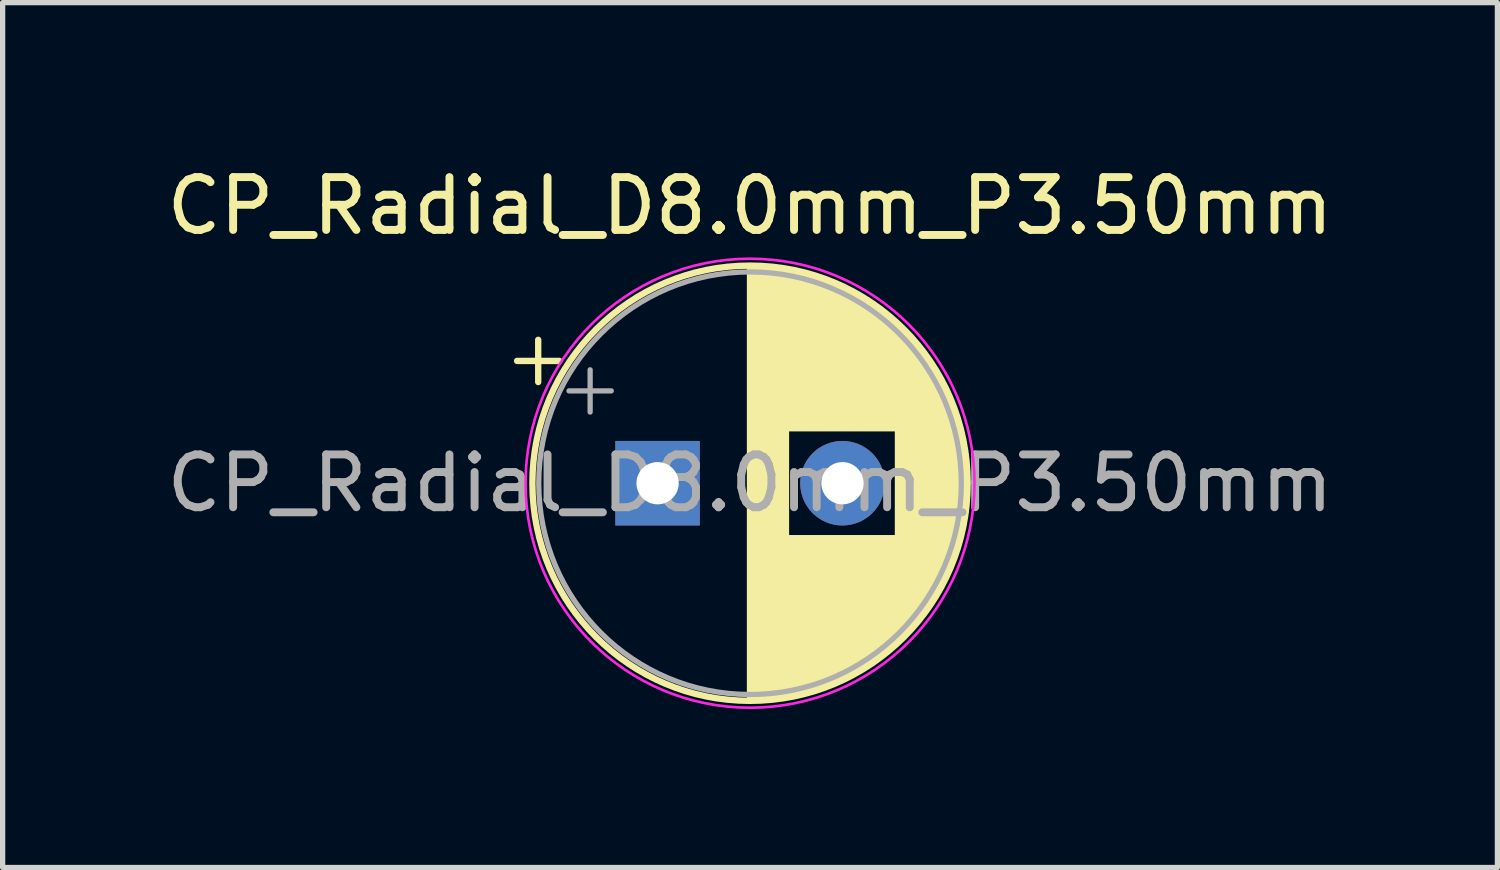
<source format=kicad_pcb>
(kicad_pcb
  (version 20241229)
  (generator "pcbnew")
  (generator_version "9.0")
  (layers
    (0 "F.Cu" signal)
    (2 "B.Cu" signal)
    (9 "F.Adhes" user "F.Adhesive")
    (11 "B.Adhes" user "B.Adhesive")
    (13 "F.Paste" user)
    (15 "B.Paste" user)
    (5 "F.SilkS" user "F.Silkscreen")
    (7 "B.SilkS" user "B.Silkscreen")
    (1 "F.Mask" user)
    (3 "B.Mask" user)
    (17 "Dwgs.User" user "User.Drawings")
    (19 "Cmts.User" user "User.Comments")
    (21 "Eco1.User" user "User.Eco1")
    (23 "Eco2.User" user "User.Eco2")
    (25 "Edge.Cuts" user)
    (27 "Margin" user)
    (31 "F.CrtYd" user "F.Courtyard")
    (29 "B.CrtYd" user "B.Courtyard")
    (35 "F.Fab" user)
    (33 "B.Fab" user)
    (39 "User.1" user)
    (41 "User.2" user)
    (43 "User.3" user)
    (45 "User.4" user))
  (footprint "CP_Radial_D8.0mm_P3.50mm"
    (layer "F.Cu")
    (at 9.399 6.098)
    (property "Reference" "CP_Radial_D8.0mm_P3.50mm" (at 1.75 -5.25 0) (layer "F.SilkS") (effects (font (size 1 1) (thickness 0.15))))
    (attr through_hole)
    (fp_line (start -2.66 -2.315) (end -1.86 -2.315) (stroke (width 0.12) (type solid)) (layer "F.SilkS"))
    (fp_line (start -2.26 -2.715) (end -2.26 -1.915) (stroke (width 0.12) (type solid)) (layer "F.SilkS"))
    (fp_line (start 1.75 -4.08) (end 1.75 4.08) (stroke (width 0.12) (type solid)) (layer "F.SilkS"))
    (fp_line (start 1.79 -4.08) (end 1.79 4.08) (stroke (width 0.12) (type solid)) (layer "F.SilkS"))
    (fp_line (start 1.83 -4.08) (end 1.83 4.08) (stroke (width 0.12) (type solid)) (layer "F.SilkS"))
    (fp_line (start 1.87 -4.079) (end 1.87 4.079) (stroke (width 0.12) (type solid)) (layer "F.SilkS"))
    (fp_line (start 1.91 -4.077) (end 1.91 4.077) (stroke (width 0.12) (type solid)) (layer "F.SilkS"))
    (fp_line (start 1.95 -4.076) (end 1.95 4.076) (stroke (width 0.12) (type solid)) (layer "F.SilkS"))
    (fp_line (start 1.99 -4.074) (end 1.99 4.074) (stroke (width 0.12) (type solid)) (layer "F.SilkS"))
    (fp_line (start 2.03 -4.071) (end 2.03 4.071) (stroke (width 0.12) (type solid)) (layer "F.SilkS"))
    (fp_line (start 2.07 -4.068) (end 2.07 4.068) (stroke (width 0.12) (type solid)) (layer "F.SilkS"))
    (fp_line (start 2.11 -4.065) (end 2.11 4.065) (stroke (width 0.12) (type solid)) (layer "F.SilkS"))
    (fp_line (start 2.15 -4.061) (end 2.15 4.061) (stroke (width 0.12) (type solid)) (layer "F.SilkS"))
    (fp_line (start 2.19 -4.057) (end 2.19 4.057) (stroke (width 0.12) (type solid)) (layer "F.SilkS"))
    (fp_line (start 2.23 -4.052) (end 2.23 4.052) (stroke (width 0.12) (type solid)) (layer "F.SilkS"))
    (fp_line (start 2.27 -4.048) (end 2.27 4.048) (stroke (width 0.12) (type solid)) (layer "F.SilkS"))
    (fp_line (start 2.31 -4.042) (end 2.31 4.042) (stroke (width 0.12) (type solid)) (layer "F.SilkS"))
    (fp_line (start 2.35 -4.037) (end 2.35 4.037) (stroke (width 0.12) (type solid)) (layer "F.SilkS"))
    (fp_line (start 2.39 -4.03) (end 2.39 4.03) (stroke (width 0.12) (type solid)) (layer "F.SilkS"))
    (fp_line (start 2.43 -4.024) (end 2.43 4.024) (stroke (width 0.12) (type solid)) (layer "F.SilkS"))
    (fp_line (start 2.471 -4.017) (end 2.471 -1.04) (stroke (width 0.12) (type solid)) (layer "F.SilkS"))
    (fp_line (start 2.471 1.04) (end 2.471 4.017) (stroke (width 0.12) (type solid)) (layer "F.SilkS"))
    (fp_line (start 2.511 -4.01) (end 2.511 -1.04) (stroke (width 0.12) (type solid)) (layer "F.SilkS"))
    (fp_line (start 2.511 1.04) (end 2.511 4.01) (stroke (width 0.12) (type solid)) (layer "F.SilkS"))
    (fp_line (start 2.551 -4.002) (end 2.551 -1.04) (stroke (width 0.12) (type solid)) (layer "F.SilkS"))
    (fp_line (start 2.551 1.04) (end 2.551 4.002) (stroke (width 0.12) (type solid)) (layer "F.SilkS"))
    (fp_line (start 2.591 -3.994) (end 2.591 -1.04) (stroke (width 0.12) (type solid)) (layer "F.SilkS"))
    (fp_line (start 2.591 1.04) (end 2.591 3.994) (stroke (width 0.12) (type solid)) (layer "F.SilkS"))
    (fp_line (start 2.631 -3.985) (end 2.631 -1.04) (stroke (width 0.12) (type solid)) (layer "F.SilkS"))
    (fp_line (start 2.631 1.04) (end 2.631 3.985) (stroke (width 0.12) (type solid)) (layer "F.SilkS"))
    (fp_line (start 2.671 -3.976) (end 2.671 -1.04) (stroke (width 0.12) (type solid)) (layer "F.SilkS"))
    (fp_line (start 2.671 1.04) (end 2.671 3.976) (stroke (width 0.12) (type solid)) (layer "F.SilkS"))
    (fp_line (start 2.711 -3.967) (end 2.711 -1.04) (stroke (width 0.12) (type solid)) (layer "F.SilkS"))
    (fp_line (start 2.711 1.04) (end 2.711 3.967) (stroke (width 0.12) (type solid)) (layer "F.SilkS"))
    (fp_line (start 2.751 -3.957) (end 2.751 -1.04) (stroke (width 0.12) (type solid)) (layer "F.SilkS"))
    (fp_line (start 2.751 1.04) (end 2.751 3.957) (stroke (width 0.12) (type solid)) (layer "F.SilkS"))
    (fp_line (start 2.791 -3.947) (end 2.791 -1.04) (stroke (width 0.12) (type solid)) (layer "F.SilkS"))
    (fp_line (start 2.791 1.04) (end 2.791 3.947) (stroke (width 0.12) (type solid)) (layer "F.SilkS"))
    (fp_line (start 2.831 -3.936) (end 2.831 -1.04) (stroke (width 0.12) (type solid)) (layer "F.SilkS"))
    (fp_line (start 2.831 1.04) (end 2.831 3.936) (stroke (width 0.12) (type solid)) (layer "F.SilkS"))
    (fp_line (start 2.871 -3.925) (end 2.871 -1.04) (stroke (width 0.12) (type solid)) (layer "F.SilkS"))
    (fp_line (start 2.871 1.04) (end 2.871 3.925) (stroke (width 0.12) (type solid)) (layer "F.SilkS"))
    (fp_line (start 2.911 -3.914) (end 2.911 -1.04) (stroke (width 0.12) (type solid)) (layer "F.SilkS"))
    (fp_line (start 2.911 1.04) (end 2.911 3.914) (stroke (width 0.12) (type solid)) (layer "F.SilkS"))
    (fp_line (start 2.951 -3.902) (end 2.951 -1.04) (stroke (width 0.12) (type solid)) (layer "F.SilkS"))
    (fp_line (start 2.951 1.04) (end 2.951 3.902) (stroke (width 0.12) (type solid)) (layer "F.SilkS"))
    (fp_line (start 2.991 -3.889) (end 2.991 -1.04) (stroke (width 0.12) (type solid)) (layer "F.SilkS"))
    (fp_line (start 2.991 1.04) (end 2.991 3.889) (stroke (width 0.12) (type solid)) (layer "F.SilkS"))
    (fp_line (start 3.031 -3.877) (end 3.031 -1.04) (stroke (width 0.12) (type solid)) (layer "F.SilkS"))
    (fp_line (start 3.031 1.04) (end 3.031 3.877) (stroke (width 0.12) (type solid)) (layer "F.SilkS"))
    (fp_line (start 3.071 -3.863) (end 3.071 -1.04) (stroke (width 0.12) (type solid)) (layer "F.SilkS"))
    (fp_line (start 3.071 1.04) (end 3.071 3.863) (stroke (width 0.12) (type solid)) (layer "F.SilkS"))
    (fp_line (start 3.111 -3.85) (end 3.111 -1.04) (stroke (width 0.12) (type solid)) (layer "F.SilkS"))
    (fp_line (start 3.111 1.04) (end 3.111 3.85) (stroke (width 0.12) (type solid)) (layer "F.SilkS"))
    (fp_line (start 3.151 -3.835) (end 3.151 -1.04) (stroke (width 0.12) (type solid)) (layer "F.SilkS"))
    (fp_line (start 3.151 1.04) (end 3.151 3.835) (stroke (width 0.12) (type solid)) (layer "F.SilkS"))
    (fp_line (start 3.191 -3.821) (end 3.191 -1.04) (stroke (width 0.12) (type solid)) (layer "F.SilkS"))
    (fp_line (start 3.191 1.04) (end 3.191 3.821) (stroke (width 0.12) (type solid)) (layer "F.SilkS"))
    (fp_line (start 3.231 -3.805) (end 3.231 -1.04) (stroke (width 0.12) (type solid)) (layer "F.SilkS"))
    (fp_line (start 3.231 1.04) (end 3.231 3.805) (stroke (width 0.12) (type solid)) (layer "F.SilkS"))
    (fp_line (start 3.271 -3.79) (end 3.271 -1.04) (stroke (width 0.12) (type solid)) (layer "F.SilkS"))
    (fp_line (start 3.271 1.04) (end 3.271 3.79) (stroke (width 0.12) (type solid)) (layer "F.SilkS"))
    (fp_line (start 3.311 -3.774) (end 3.311 -1.04) (stroke (width 0.12) (type solid)) (layer "F.SilkS"))
    (fp_line (start 3.311 1.04) (end 3.311 3.774) (stroke (width 0.12) (type solid)) (layer "F.SilkS"))
    (fp_line (start 3.351 -3.757) (end 3.351 -1.04) (stroke (width 0.12) (type solid)) (layer "F.SilkS"))
    (fp_line (start 3.351 1.04) (end 3.351 3.757) (stroke (width 0.12) (type solid)) (layer "F.SilkS"))
    (fp_line (start 3.391 -3.74) (end 3.391 -1.04) (stroke (width 0.12) (type solid)) (layer "F.SilkS"))
    (fp_line (start 3.391 1.04) (end 3.391 3.74) (stroke (width 0.12) (type solid)) (layer "F.SilkS"))
    (fp_line (start 3.431 -3.722) (end 3.431 -1.04) (stroke (width 0.12) (type solid)) (layer "F.SilkS"))
    (fp_line (start 3.431 1.04) (end 3.431 3.722) (stroke (width 0.12) (type solid)) (layer "F.SilkS"))
    (fp_line (start 3.471 -3.704) (end 3.471 -1.04) (stroke (width 0.12) (type solid)) (layer "F.SilkS"))
    (fp_line (start 3.471 1.04) (end 3.471 3.704) (stroke (width 0.12) (type solid)) (layer "F.SilkS"))
    (fp_line (start 3.511 -3.686) (end 3.511 -1.04) (stroke (width 0.12) (type solid)) (layer "F.SilkS"))
    (fp_line (start 3.511 1.04) (end 3.511 3.686) (stroke (width 0.12) (type solid)) (layer "F.SilkS"))
    (fp_line (start 3.551 -3.666) (end 3.551 -1.04) (stroke (width 0.12) (type solid)) (layer "F.SilkS"))
    (fp_line (start 3.551 1.04) (end 3.551 3.666) (stroke (width 0.12) (type solid)) (layer "F.SilkS"))
    (fp_line (start 3.591 -3.647) (end 3.591 -1.04) (stroke (width 0.12) (type solid)) (layer "F.SilkS"))
    (fp_line (start 3.591 1.04) (end 3.591 3.647) (stroke (width 0.12) (type solid)) (layer "F.SilkS"))
    (fp_line (start 3.631 -3.627) (end 3.631 -1.04) (stroke (width 0.12) (type solid)) (layer "F.SilkS"))
    (fp_line (start 3.631 1.04) (end 3.631 3.627) (stroke (width 0.12) (type solid)) (layer "F.SilkS"))
    (fp_line (start 3.671 -3.606) (end 3.671 -1.04) (stroke (width 0.12) (type solid)) (layer "F.SilkS"))
    (fp_line (start 3.671 1.04) (end 3.671 3.606) (stroke (width 0.12) (type solid)) (layer "F.SilkS"))
    (fp_line (start 3.711 -3.584) (end 3.711 -1.04) (stroke (width 0.12) (type solid)) (layer "F.SilkS"))
    (fp_line (start 3.711 1.04) (end 3.711 3.584) (stroke (width 0.12) (type solid)) (layer "F.SilkS"))
    (fp_line (start 3.751 -3.562) (end 3.751 -1.04) (stroke (width 0.12) (type solid)) (layer "F.SilkS"))
    (fp_line (start 3.751 1.04) (end 3.751 3.562) (stroke (width 0.12) (type solid)) (layer "F.SilkS"))
    (fp_line (start 3.791 -3.54) (end 3.791 -1.04) (stroke (width 0.12) (type solid)) (layer "F.SilkS"))
    (fp_line (start 3.791 1.04) (end 3.791 3.54) (stroke (width 0.12) (type solid)) (layer "F.SilkS"))
    (fp_line (start 3.831 -3.517) (end 3.831 -1.04) (stroke (width 0.12) (type solid)) (layer "F.SilkS"))
    (fp_line (start 3.831 1.04) (end 3.831 3.517) (stroke (width 0.12) (type solid)) (layer "F.SilkS"))
    (fp_line (start 3.871 -3.493) (end 3.871 -1.04) (stroke (width 0.12) (type solid)) (layer "F.SilkS"))
    (fp_line (start 3.871 1.04) (end 3.871 3.493) (stroke (width 0.12) (type solid)) (layer "F.SilkS"))
    (fp_line (start 3.911 -3.469) (end 3.911 -1.04) (stroke (width 0.12) (type solid)) (layer "F.SilkS"))
    (fp_line (start 3.911 1.04) (end 3.911 3.469) (stroke (width 0.12) (type solid)) (layer "F.SilkS"))
    (fp_line (start 3.951 -3.444) (end 3.951 -1.04) (stroke (width 0.12) (type solid)) (layer "F.SilkS"))
    (fp_line (start 3.951 1.04) (end 3.951 3.444) (stroke (width 0.12) (type solid)) (layer "F.SilkS"))
    (fp_line (start 3.991 -3.418) (end 3.991 -1.04) (stroke (width 0.12) (type solid)) (layer "F.SilkS"))
    (fp_line (start 3.991 1.04) (end 3.991 3.418) (stroke (width 0.12) (type solid)) (layer "F.SilkS"))
    (fp_line (start 4.031 -3.392) (end 4.031 -1.04) (stroke (width 0.12) (type solid)) (layer "F.SilkS"))
    (fp_line (start 4.031 1.04) (end 4.031 3.392) (stroke (width 0.12) (type solid)) (layer "F.SilkS"))
    (fp_line (start 4.071 -3.365) (end 4.071 -1.04) (stroke (width 0.12) (type solid)) (layer "F.SilkS"))
    (fp_line (start 4.071 1.04) (end 4.071 3.365) (stroke (width 0.12) (type solid)) (layer "F.SilkS"))
    (fp_line (start 4.111 -3.338) (end 4.111 -1.04) (stroke (width 0.12) (type solid)) (layer "F.SilkS"))
    (fp_line (start 4.111 1.04) (end 4.111 3.338) (stroke (width 0.12) (type solid)) (layer "F.SilkS"))
    (fp_line (start 4.151 -3.309) (end 4.151 -1.04) (stroke (width 0.12) (type solid)) (layer "F.SilkS"))
    (fp_line (start 4.151 1.04) (end 4.151 3.309) (stroke (width 0.12) (type solid)) (layer "F.SilkS"))
    (fp_line (start 4.191 -3.28) (end 4.191 -1.04) (stroke (width 0.12) (type solid)) (layer "F.SilkS"))
    (fp_line (start 4.191 1.04) (end 4.191 3.28) (stroke (width 0.12) (type solid)) (layer "F.SilkS"))
    (fp_line (start 4.231 -3.25) (end 4.231 -1.04) (stroke (width 0.12) (type solid)) (layer "F.SilkS"))
    (fp_line (start 4.231 1.04) (end 4.231 3.25) (stroke (width 0.12) (type solid)) (layer "F.SilkS"))
    (fp_line (start 4.271 -3.22) (end 4.271 -1.04) (stroke (width 0.12) (type solid)) (layer "F.SilkS"))
    (fp_line (start 4.271 1.04) (end 4.271 3.22) (stroke (width 0.12) (type solid)) (layer "F.SilkS"))
    (fp_line (start 4.311 -3.189) (end 4.311 -1.04) (stroke (width 0.12) (type solid)) (layer "F.SilkS"))
    (fp_line (start 4.311 1.04) (end 4.311 3.189) (stroke (width 0.12) (type solid)) (layer "F.SilkS"))
    (fp_line (start 4.351 -3.156) (end 4.351 -1.04) (stroke (width 0.12) (type solid)) (layer "F.SilkS"))
    (fp_line (start 4.351 1.04) (end 4.351 3.156) (stroke (width 0.12) (type solid)) (layer "F.SilkS"))
    (fp_line (start 4.391 -3.124) (end 4.391 -1.04) (stroke (width 0.12) (type solid)) (layer "F.SilkS"))
    (fp_line (start 4.391 1.04) (end 4.391 3.124) (stroke (width 0.12) (type solid)) (layer "F.SilkS"))
    (fp_line (start 4.431 -3.09) (end 4.431 -1.04) (stroke (width 0.12) (type solid)) (layer "F.SilkS"))
    (fp_line (start 4.431 1.04) (end 4.431 3.09) (stroke (width 0.12) (type solid)) (layer "F.SilkS"))
    (fp_line (start 4.471 -3.055) (end 4.471 -1.04) (stroke (width 0.12) (type solid)) (layer "F.SilkS"))
    (fp_line (start 4.471 1.04) (end 4.471 3.055) (stroke (width 0.12) (type solid)) (layer "F.SilkS"))
    (fp_line (start 4.511 -3.019) (end 4.511 -1.04) (stroke (width 0.12) (type solid)) (layer "F.SilkS"))
    (fp_line (start 4.511 1.04) (end 4.511 3.019) (stroke (width 0.12) (type solid)) (layer "F.SilkS"))
    (fp_line (start 4.551 -2.983) (end 4.551 2.983) (stroke (width 0.12) (type solid)) (layer "F.SilkS"))
    (fp_line (start 4.591 -2.945) (end 4.591 2.945) (stroke (width 0.12) (type solid)) (layer "F.SilkS"))
    (fp_line (start 4.631 -2.907) (end 4.631 2.907) (stroke (width 0.12) (type solid)) (layer "F.SilkS"))
    (fp_line (start 4.671 -2.867) (end 4.671 2.867) (stroke (width 0.12) (type solid)) (layer "F.SilkS"))
    (fp_line (start 4.711 -2.826) (end 4.711 2.826) (stroke (width 0.12) (type solid)) (layer "F.SilkS"))
    (fp_line (start 4.751 -2.784) (end 4.751 2.784) (stroke (width 0.12) (type solid)) (layer "F.SilkS"))
    (fp_line (start 4.791 -2.741) (end 4.791 2.741) (stroke (width 0.12) (type solid)) (layer "F.SilkS"))
    (fp_line (start 4.831 -2.697) (end 4.831 2.697) (stroke (width 0.12) (type solid)) (layer "F.SilkS"))
    (fp_line (start 4.871 -2.651) (end 4.871 2.651) (stroke (width 0.12) (type solid)) (layer "F.SilkS"))
    (fp_line (start 4.911 -2.604) (end 4.911 2.604) (stroke (width 0.12) (type solid)) (layer "F.SilkS"))
    (fp_line (start 4.951 -2.556) (end 4.951 2.556) (stroke (width 0.12) (type solid)) (layer "F.SilkS"))
    (fp_line (start 4.991 -2.505) (end 4.991 2.505) (stroke (width 0.12) (type solid)) (layer "F.SilkS"))
    (fp_line (start 5.031 -2.454) (end 5.031 2.454) (stroke (width 0.12) (type solid)) (layer "F.SilkS"))
    (fp_line (start 5.071 -2.4) (end 5.071 2.4) (stroke (width 0.12) (type solid)) (layer "F.SilkS"))
    (fp_line (start 5.111 -2.345) (end 5.111 2.345) (stroke (width 0.12) (type solid)) (layer "F.SilkS"))
    (fp_line (start 5.151 -2.287) (end 5.151 2.287) (stroke (width 0.12) (type solid)) (layer "F.SilkS"))
    (fp_line (start 5.191 -2.228) (end 5.191 2.228) (stroke (width 0.12) (type solid)) (layer "F.SilkS"))
    (fp_line (start 5.231 -2.166) (end 5.231 2.166) (stroke (width 0.12) (type solid)) (layer "F.SilkS"))
    (fp_line (start 5.271 -2.102) (end 5.271 2.102) (stroke (width 0.12) (type solid)) (layer "F.SilkS"))
    (fp_line (start 5.311 -2.034) (end 5.311 2.034) (stroke (width 0.12) (type solid)) (layer "F.SilkS"))
    (fp_line (start 5.351 -1.964) (end 5.351 1.964) (stroke (width 0.12) (type solid)) (layer "F.SilkS"))
    (fp_line (start 5.391 -1.89) (end 5.391 1.89) (stroke (width 0.12) (type solid)) (layer "F.SilkS"))
    (fp_line (start 5.431 -1.813) (end 5.431 1.813) (stroke (width 0.12) (type solid)) (layer "F.SilkS"))
    (fp_line (start 5.471 -1.731) (end 5.471 1.731) (stroke (width 0.12) (type solid)) (layer "F.SilkS"))
    (fp_line (start 5.511 -1.645) (end 5.511 1.645) (stroke (width 0.12) (type solid)) (layer "F.SilkS"))
    (fp_line (start 5.551 -1.552) (end 5.551 1.552) (stroke (width 0.12) (type solid)) (layer "F.SilkS"))
    (fp_line (start 5.591 -1.453) (end 5.591 1.453) (stroke (width 0.12) (type solid)) (layer "F.SilkS"))
    (fp_line (start 5.631 -1.346) (end 5.631 1.346) (stroke (width 0.12) (type solid)) (layer "F.SilkS"))
    (fp_line (start 5.671 -1.229) (end 5.671 1.229) (stroke (width 0.12) (type solid)) (layer "F.SilkS"))
    (fp_line (start 5.711 -1.098) (end 5.711 1.098) (stroke (width 0.12) (type solid)) (layer "F.SilkS"))
    (fp_line (start 5.751 -0.948) (end 5.751 0.948) (stroke (width 0.12) (type solid)) (layer "F.SilkS"))
    (fp_line (start 5.791 -0.768) (end 5.791 0.768) (stroke (width 0.12) (type solid)) (layer "F.SilkS"))
    (fp_line (start 5.831 -0.533) (end 5.831 0.533) (stroke (width 0.12) (type solid)) (layer "F.SilkS"))
    (fp_circle (center 1.75 0) (end 5.87 0) (stroke (width 0.12) (type solid)) (fill no) (layer "F.SilkS"))
    (fp_circle (center 1.75 0) (end 6 0) (stroke (width 0.05) (type solid)) (fill no) (layer "F.CrtYd"))
    (fp_line (start -1.677 -1.748) (end -0.877 -1.748) (stroke (width 0.1) (type solid)) (layer "F.Fab"))
    (fp_line (start -1.277 -2.147) (end -1.277 -1.347) (stroke (width 0.1) (type solid)) (layer "F.Fab"))
    (fp_circle (center 1.75 0) (end 5.75 0) (stroke (width 0.1) (type solid)) (fill no) (layer "F.Fab"))
    (fp_text user "${REFERENCE}" (at 1.75 0 0) (layer "F.Fab") (effects (font (size 1 1) (thickness 0.15))))
    (pad "1" thru_hole rect (at 0 0) (size 1.6 1.6) (drill 0.8) (layers "*.Cu" "*.Mask"))
    (pad "2" thru_hole circle (at 3.5 0) (size 1.6 1.6) (drill 0.8) (layers "*.Cu" "*.Mask")))
  (gr_rect
    (start -3 -3)
    (end 25.298 13.373)
    (stroke (width 0.1) (type default))
    (fill no)
    (layer "Edge.Cuts")))
</source>
